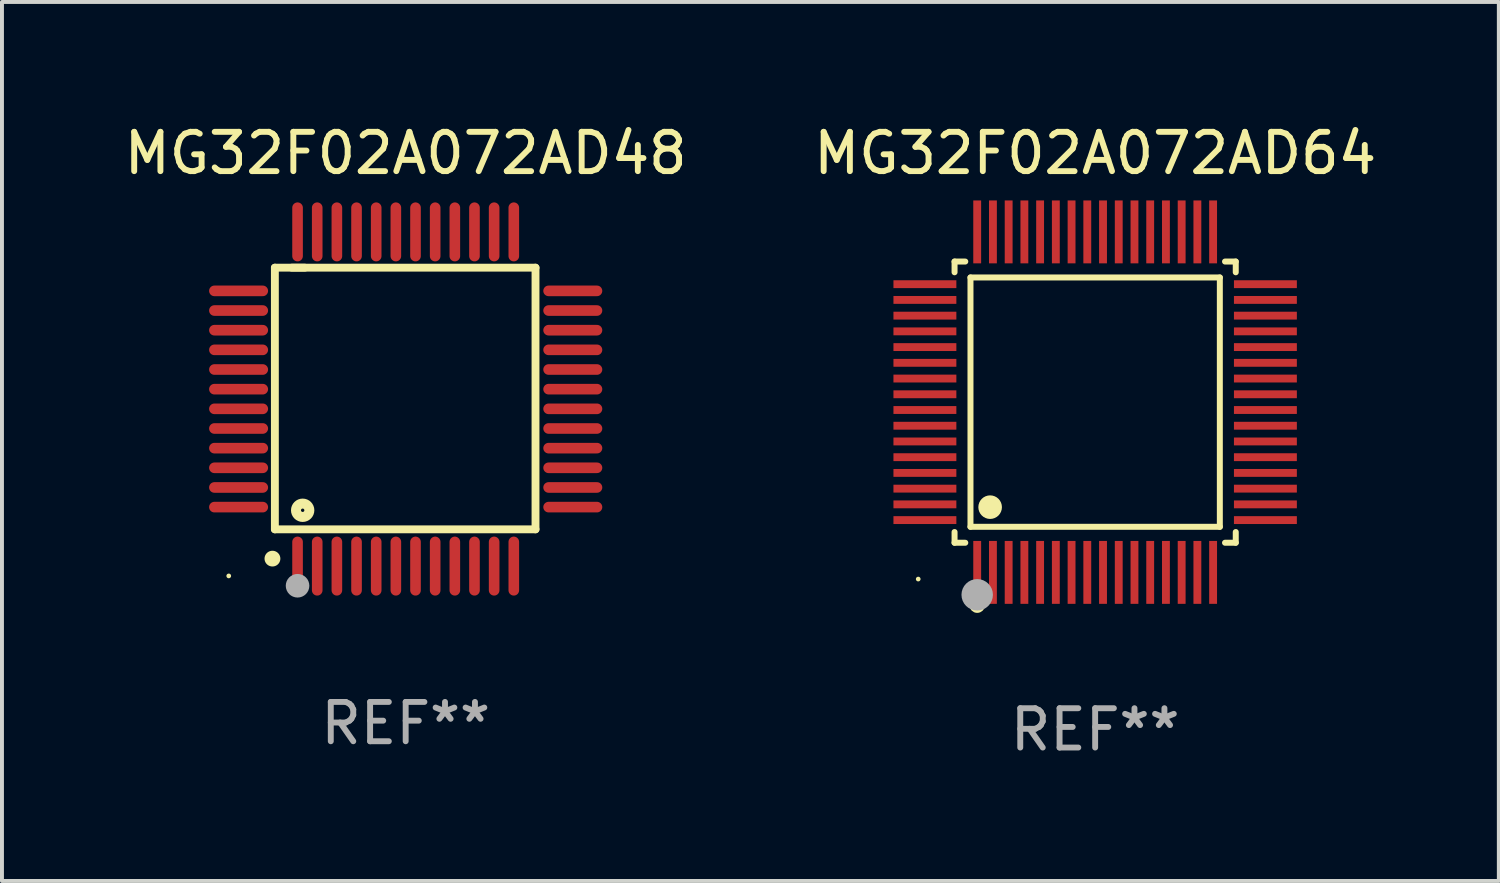
<source format=kicad_pcb>
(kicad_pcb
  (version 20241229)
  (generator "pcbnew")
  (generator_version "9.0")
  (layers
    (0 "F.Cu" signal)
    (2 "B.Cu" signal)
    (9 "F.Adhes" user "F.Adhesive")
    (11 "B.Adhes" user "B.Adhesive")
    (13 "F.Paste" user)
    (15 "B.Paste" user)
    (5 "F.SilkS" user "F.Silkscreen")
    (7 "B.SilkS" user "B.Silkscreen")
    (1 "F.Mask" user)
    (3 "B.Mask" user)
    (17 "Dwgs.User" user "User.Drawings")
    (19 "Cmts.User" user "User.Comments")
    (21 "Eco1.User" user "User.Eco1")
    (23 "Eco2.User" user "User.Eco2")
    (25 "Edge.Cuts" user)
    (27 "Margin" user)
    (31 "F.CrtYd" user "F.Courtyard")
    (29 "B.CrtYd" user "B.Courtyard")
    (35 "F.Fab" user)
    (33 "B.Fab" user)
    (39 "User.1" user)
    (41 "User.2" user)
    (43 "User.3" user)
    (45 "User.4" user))
  (footprint "MG32F02A072AD48"
    (layer "F.Cu")
    (at 7.268 7.098)
    (property "Reference" "MG32F02A072AD48" (at 0 -6.25 0) (layer "F.SilkS") (effects (font (size 1 1) (thickness 0.15))))
    (attr through_hole)
    (fp_line (start -3.327 -3.34) (end -2.565 -3.34) (stroke (width 0.2) (type solid)) (layer "F.SilkS"))
    (fp_line (start -3.327 3.315) (end -3.327 -3.34) (stroke (width 0.2) (type solid)) (layer "F.SilkS"))
    (fp_line (start -2.896 -3.34) (end 3.302 -3.34) (stroke (width 0.2) (type solid)) (layer "F.SilkS"))
    (fp_line (start 3.302 -3.34) (end 3.302 3.315) (stroke (width 0.2) (type solid)) (layer "F.SilkS"))
    (fp_line (start 3.302 3.315) (end -3.327 3.315) (stroke (width 0.2) (type solid)) (layer "F.SilkS"))
    (fp_arc (start -3.389992 4.059995) (mid -3.388722 4.059991) (end -3.387452 4.059995) (stroke (width 0.4) (type solid)) (layer "F.SilkS"))
    (fp_circle (center -4.5 4.5) (end -4.47 4.5) (stroke (width 0.06) (type solid)) (fill no) (layer "F.SilkS"))
    (fp_circle (center -2.62 2.83) (end -2.45 2.83) (stroke (width 0.254) (type solid)) (fill no) (layer "F.SilkS"))
    (fp_circle (center -2.75 4.75) (end -2.6 4.75) (stroke (width 0.3) (type solid)) (fill no) (layer "F.Fab"))
    (fp_text user "REF**" (at 0 8.25 0) (layer "F.Fab") (effects (font (size 1 1) (thickness 0.15))))
    (pad "1" smd oval (at -2.75 4.25) (size 0.27 1.5) (layers "F.Cu" "F.Mask" "F.Paste"))
    (pad "2" smd oval (at -2.25 4.25) (size 0.27 1.5) (layers "F.Cu" "F.Mask" "F.Paste"))
    (pad "3" smd oval (at -1.75 4.25) (size 0.27 1.5) (layers "F.Cu" "F.Mask" "F.Paste"))
    (pad "4" smd oval (at -1.25 4.25) (size 0.27 1.5) (layers "F.Cu" "F.Mask" "F.Paste"))
    (pad "5" smd oval (at -0.75 4.25) (size 0.27 1.5) (layers "F.Cu" "F.Mask" "F.Paste"))
    (pad "6" smd oval (at -0.25 4.25) (size 0.27 1.5) (layers "F.Cu" "F.Mask" "F.Paste"))
    (pad "7" smd oval (at 0.25 4.25) (size 0.27 1.5) (layers "F.Cu" "F.Mask" "F.Paste"))
    (pad "8" smd oval (at 0.75 4.25) (size 0.27 1.5) (layers "F.Cu" "F.Mask" "F.Paste"))
    (pad "9" smd oval (at 1.25 4.25) (size 0.27 1.5) (layers "F.Cu" "F.Mask" "F.Paste"))
    (pad "10" smd oval (at 1.75 4.25) (size 0.27 1.5) (layers "F.Cu" "F.Mask" "F.Paste"))
    (pad "11" smd oval (at 2.25 4.25) (size 0.27 1.5) (layers "F.Cu" "F.Mask" "F.Paste"))
    (pad "12" smd oval (at 2.75 4.25) (size 0.27 1.5) (layers "F.Cu" "F.Mask" "F.Paste"))
    (pad "13" smd oval (at 4.25 2.75) (size 1.5 0.27) (layers "F.Cu" "F.Mask" "F.Paste"))
    (pad "14" smd oval (at 4.25 2.25) (size 1.5 0.27) (layers "F.Cu" "F.Mask" "F.Paste"))
    (pad "15" smd oval (at 4.25 1.75) (size 1.5 0.27) (layers "F.Cu" "F.Mask" "F.Paste"))
    (pad "16" smd oval (at 4.25 1.25) (size 1.5 0.27) (layers "F.Cu" "F.Mask" "F.Paste"))
    (pad "17" smd oval (at 4.25 0.75) (size 1.5 0.27) (layers "F.Cu" "F.Mask" "F.Paste"))
    (pad "18" smd oval (at 4.25 0.25) (size 1.5 0.27) (layers "F.Cu" "F.Mask" "F.Paste"))
    (pad "19" smd oval (at 4.25 -0.25) (size 1.5 0.27) (layers "F.Cu" "F.Mask" "F.Paste"))
    (pad "20" smd oval (at 4.25 -0.75) (size 1.5 0.27) (layers "F.Cu" "F.Mask" "F.Paste"))
    (pad "21" smd oval (at 4.25 -1.25) (size 1.5 0.27) (layers "F.Cu" "F.Mask" "F.Paste"))
    (pad "22" smd oval (at 4.25 -1.75) (size 1.5 0.27) (layers "F.Cu" "F.Mask" "F.Paste"))
    (pad "23" smd oval (at 4.25 -2.25) (size 1.5 0.27) (layers "F.Cu" "F.Mask" "F.Paste"))
    (pad "24" smd oval (at 4.25 -2.75) (size 1.5 0.27) (layers "F.Cu" "F.Mask" "F.Paste"))
    (pad "25" smd oval (at 2.75 -4.25) (size 0.27 1.5) (layers "F.Cu" "F.Mask" "F.Paste"))
    (pad "26" smd oval (at 2.25 -4.25) (size 0.27 1.5) (layers "F.Cu" "F.Mask" "F.Paste"))
    (pad "27" smd oval (at 1.75 -4.25) (size 0.27 1.5) (layers "F.Cu" "F.Mask" "F.Paste"))
    (pad "28" smd oval (at 1.25 -4.25) (size 0.27 1.5) (layers "F.Cu" "F.Mask" "F.Paste"))
    (pad "29" smd oval (at 0.75 -4.25) (size 0.27 1.5) (layers "F.Cu" "F.Mask" "F.Paste"))
    (pad "30" smd oval (at 0.25 -4.25) (size 0.27 1.5) (layers "F.Cu" "F.Mask" "F.Paste"))
    (pad "31" smd oval (at -0.25 -4.25) (size 0.27 1.5) (layers "F.Cu" "F.Mask" "F.Paste"))
    (pad "32" smd oval (at -0.75 -4.25) (size 0.27 1.5) (layers "F.Cu" "F.Mask" "F.Paste"))
    (pad "33" smd oval (at -1.25 -4.25) (size 0.27 1.5) (layers "F.Cu" "F.Mask" "F.Paste"))
    (pad "34" smd oval (at -1.75 -4.25) (size 0.27 1.5) (layers "F.Cu" "F.Mask" "F.Paste"))
    (pad "35" smd oval (at -2.25 -4.25) (size 0.27 1.5) (layers "F.Cu" "F.Mask" "F.Paste"))
    (pad "36" smd oval (at -2.75 -4.25) (size 0.27 1.5) (layers "F.Cu" "F.Mask" "F.Paste"))
    (pad "37" smd oval (at -4.25 -2.75) (size 1.5 0.27) (layers "F.Cu" "F.Mask" "F.Paste"))
    (pad "38" smd oval (at -4.25 -2.25) (size 1.5 0.27) (layers "F.Cu" "F.Mask" "F.Paste"))
    (pad "39" smd oval (at -4.25 -1.75) (size 1.5 0.27) (layers "F.Cu" "F.Mask" "F.Paste"))
    (pad "40" smd oval (at -4.25 -1.25) (size 1.5 0.27) (layers "F.Cu" "F.Mask" "F.Paste"))
    (pad "41" smd oval (at -4.25 -0.75) (size 1.5 0.27) (layers "F.Cu" "F.Mask" "F.Paste"))
    (pad "42" smd oval (at -4.25 -0.25) (size 1.5 0.27) (layers "F.Cu" "F.Mask" "F.Paste"))
    (pad "43" smd oval (at -4.25 0.25) (size 1.5 0.27) (layers "F.Cu" "F.Mask" "F.Paste"))
    (pad "44" smd oval (at -4.25 0.75) (size 1.5 0.27) (layers "F.Cu" "F.Mask" "F.Paste"))
    (pad "45" smd oval (at -4.25 1.25) (size 1.5 0.27) (layers "F.Cu" "F.Mask" "F.Paste"))
    (pad "46" smd oval (at -4.25 1.75) (size 1.5 0.27) (layers "F.Cu" "F.Mask" "F.Paste"))
    (pad "47" smd oval (at -4.25 2.25) (size 1.5 0.27) (layers "F.Cu" "F.Mask" "F.Paste"))
    (pad "48" smd oval (at -4.25 2.75) (size 1.5 0.27) (layers "F.Cu" "F.Mask" "F.Paste")))
  (footprint "MG32F02A072AD64"
    (layer "F.Cu")
    (at 24.804 7.178)
    (property "Reference" "MG32F02A072AD64" (at 0 -6.33 0) (layer "F.SilkS") (effects (font (size 1 1) (thickness 0.15))))
    (attr through_hole)
    (fp_line (start -3.576 -3.576) (end -3.303 -3.576) (stroke (width 0.152) (type solid)) (layer "F.SilkS"))
    (fp_line (start -3.576 -3.303) (end -3.576 -3.576) (stroke (width 0.152) (type solid)) (layer "F.SilkS"))
    (fp_line (start -3.576 3.303) (end -3.576 3.576) (stroke (width 0.152) (type solid)) (layer "F.SilkS"))
    (fp_line (start -3.576 3.576) (end -3.303 3.576) (stroke (width 0.152) (type solid)) (layer "F.SilkS"))
    (fp_line (start -3.171 -3.171) (end 3.171 -3.171) (stroke (width 0.152) (type solid)) (layer "F.SilkS"))
    (fp_line (start -3.171 3.171) (end -3.171 -3.171) (stroke (width 0.152) (type solid)) (layer "F.SilkS"))
    (fp_line (start 3.171 -3.171) (end 3.171 3.171) (stroke (width 0.152) (type solid)) (layer "F.SilkS"))
    (fp_line (start 3.171 3.171) (end -3.171 3.171) (stroke (width 0.152) (type solid)) (layer "F.SilkS"))
    (fp_line (start 3.576 -3.576) (end 3.303 -3.576) (stroke (width 0.152) (type solid)) (layer "F.SilkS"))
    (fp_line (start 3.576 -3.303) (end 3.576 -3.576) (stroke (width 0.152) (type solid)) (layer "F.SilkS"))
    (fp_line (start 3.576 3.303) (end 3.576 3.576) (stroke (width 0.152) (type solid)) (layer "F.SilkS"))
    (fp_line (start 3.576 3.576) (end 3.303 3.576) (stroke (width 0.152) (type solid)) (layer "F.SilkS"))
    (fp_circle (center -4.5 4.5) (end -4.47 4.5) (stroke (width 0.06) (type solid)) (fill no) (layer "F.SilkS"))
    (fp_circle (center -3 5.16) (end -2.9 5.16) (stroke (width 0.2) (type solid)) (fill no) (layer "F.SilkS"))
    (fp_circle (center -2.671 2.671) (end -2.521 2.671) (stroke (width 0.3) (type solid)) (fill no) (layer "F.SilkS"))
    (fp_circle (center -3 4.9) (end -2.8 4.9) (stroke (width 0.4) (type solid)) (fill no) (layer "F.Fab"))
    (fp_text user "REF**" (at 0 8.33 0) (layer "F.Fab") (effects (font (size 1 1) (thickness 0.15))))
    (pad "1" smd rect (at -3 4.33) (size 0.2 1.6) (layers "F.Cu" "F.Mask" "F.Paste"))
    (pad "2" smd rect (at -2.6 4.33) (size 0.2 1.6) (layers "F.Cu" "F.Mask" "F.Paste"))
    (pad "3" smd rect (at -2.2 4.33) (size 0.2 1.6) (layers "F.Cu" "F.Mask" "F.Paste"))
    (pad "4" smd rect (at -1.8 4.33) (size 0.2 1.6) (layers "F.Cu" "F.Mask" "F.Paste"))
    (pad "5" smd rect (at -1.4 4.33) (size 0.2 1.6) (layers "F.Cu" "F.Mask" "F.Paste"))
    (pad "6" smd rect (at -1 4.33) (size 0.2 1.6) (layers "F.Cu" "F.Mask" "F.Paste"))
    (pad "7" smd rect (at -0.6 4.33) (size 0.2 1.6) (layers "F.Cu" "F.Mask" "F.Paste"))
    (pad "8" smd rect (at -0.2 4.33) (size 0.2 1.6) (layers "F.Cu" "F.Mask" "F.Paste"))
    (pad "9" smd rect (at 0.2 4.33) (size 0.2 1.6) (layers "F.Cu" "F.Mask" "F.Paste"))
    (pad "10" smd rect (at 0.6 4.33) (size 0.2 1.6) (layers "F.Cu" "F.Mask" "F.Paste"))
    (pad "11" smd rect (at 1 4.33) (size 0.2 1.6) (layers "F.Cu" "F.Mask" "F.Paste"))
    (pad "12" smd rect (at 1.4 4.33) (size 0.2 1.6) (layers "F.Cu" "F.Mask" "F.Paste"))
    (pad "13" smd rect (at 1.8 4.33) (size 0.2 1.6) (layers "F.Cu" "F.Mask" "F.Paste"))
    (pad "14" smd rect (at 2.2 4.33) (size 0.2 1.6) (layers "F.Cu" "F.Mask" "F.Paste"))
    (pad "15" smd rect (at 2.6 4.33) (size 0.2 1.6) (layers "F.Cu" "F.Mask" "F.Paste"))
    (pad "16" smd rect (at 3 4.33) (size 0.2 1.6) (layers "F.Cu" "F.Mask" "F.Paste"))
    (pad "17" smd rect (at 4.33 3) (size 1.6 0.2) (layers "F.Cu" "F.Mask" "F.Paste"))
    (pad "18" smd rect (at 4.33 2.6) (size 1.6 0.2) (layers "F.Cu" "F.Mask" "F.Paste"))
    (pad "19" smd rect (at 4.33 2.2) (size 1.6 0.2) (layers "F.Cu" "F.Mask" "F.Paste"))
    (pad "20" smd rect (at 4.33 1.8) (size 1.6 0.2) (layers "F.Cu" "F.Mask" "F.Paste"))
    (pad "21" smd rect (at 4.33 1.4) (size 1.6 0.2) (layers "F.Cu" "F.Mask" "F.Paste"))
    (pad "22" smd rect (at 4.33 1) (size 1.6 0.2) (layers "F.Cu" "F.Mask" "F.Paste"))
    (pad "23" smd rect (at 4.33 0.6) (size 1.6 0.2) (layers "F.Cu" "F.Mask" "F.Paste"))
    (pad "24" smd rect (at 4.33 0.2) (size 1.6 0.2) (layers "F.Cu" "F.Mask" "F.Paste"))
    (pad "25" smd rect (at 4.33 -0.2) (size 1.6 0.2) (layers "F.Cu" "F.Mask" "F.Paste"))
    (pad "26" smd rect (at 4.33 -0.6) (size 1.6 0.2) (layers "F.Cu" "F.Mask" "F.Paste"))
    (pad "27" smd rect (at 4.33 -1) (size 1.6 0.2) (layers "F.Cu" "F.Mask" "F.Paste"))
    (pad "28" smd rect (at 4.33 -1.4) (size 1.6 0.2) (layers "F.Cu" "F.Mask" "F.Paste"))
    (pad "29" smd rect (at 4.33 -1.8) (size 1.6 0.2) (layers "F.Cu" "F.Mask" "F.Paste"))
    (pad "30" smd rect (at 4.33 -2.2) (size 1.6 0.2) (layers "F.Cu" "F.Mask" "F.Paste"))
    (pad "31" smd rect (at 4.33 -2.6) (size 1.6 0.2) (layers "F.Cu" "F.Mask" "F.Paste"))
    (pad "32" smd rect (at 4.33 -3) (size 1.6 0.2) (layers "F.Cu" "F.Mask" "F.Paste"))
    (pad "33" smd rect (at 3 -4.33) (size 0.2 1.6) (layers "F.Cu" "F.Mask" "F.Paste"))
    (pad "34" smd rect (at 2.6 -4.33) (size 0.2 1.6) (layers "F.Cu" "F.Mask" "F.Paste"))
    (pad "35" smd rect (at 2.2 -4.33) (size 0.2 1.6) (layers "F.Cu" "F.Mask" "F.Paste"))
    (pad "36" smd rect (at 1.8 -4.33) (size 0.2 1.6) (layers "F.Cu" "F.Mask" "F.Paste"))
    (pad "37" smd rect (at 1.4 -4.33) (size 0.2 1.6) (layers "F.Cu" "F.Mask" "F.Paste"))
    (pad "38" smd rect (at 1 -4.33) (size 0.2 1.6) (layers "F.Cu" "F.Mask" "F.Paste"))
    (pad "39" smd rect (at 0.6 -4.33) (size 0.2 1.6) (layers "F.Cu" "F.Mask" "F.Paste"))
    (pad "40" smd rect (at 0.2 -4.33) (size 0.2 1.6) (layers "F.Cu" "F.Mask" "F.Paste"))
    (pad "41" smd rect (at -0.2 -4.33) (size 0.2 1.6) (layers "F.Cu" "F.Mask" "F.Paste"))
    (pad "42" smd rect (at -0.6 -4.33) (size 0.2 1.6) (layers "F.Cu" "F.Mask" "F.Paste"))
    (pad "43" smd rect (at -1 -4.33) (size 0.2 1.6) (layers "F.Cu" "F.Mask" "F.Paste"))
    (pad "44" smd rect (at -1.4 -4.33) (size 0.2 1.6) (layers "F.Cu" "F.Mask" "F.Paste"))
    (pad "45" smd rect (at -1.8 -4.33) (size 0.2 1.6) (layers "F.Cu" "F.Mask" "F.Paste"))
    (pad "46" smd rect (at -2.2 -4.33) (size 0.2 1.6) (layers "F.Cu" "F.Mask" "F.Paste"))
    (pad "47" smd rect (at -2.6 -4.33) (size 0.2 1.6) (layers "F.Cu" "F.Mask" "F.Paste"))
    (pad "48" smd rect (at -3 -4.33) (size 0.2 1.6) (layers "F.Cu" "F.Mask" "F.Paste"))
    (pad "49" smd rect (at -4.33 -3) (size 1.6 0.2) (layers "F.Cu" "F.Mask" "F.Paste"))
    (pad "50" smd rect (at -4.33 -2.6) (size 1.6 0.2) (layers "F.Cu" "F.Mask" "F.Paste"))
    (pad "51" smd rect (at -4.33 -2.2) (size 1.6 0.2) (layers "F.Cu" "F.Mask" "F.Paste"))
    (pad "52" smd rect (at -4.33 -1.8) (size 1.6 0.2) (layers "F.Cu" "F.Mask" "F.Paste"))
    (pad "53" smd rect (at -4.33 -1.4) (size 1.6 0.2) (layers "F.Cu" "F.Mask" "F.Paste"))
    (pad "54" smd rect (at -4.33 -1) (size 1.6 0.2) (layers "F.Cu" "F.Mask" "F.Paste"))
    (pad "55" smd rect (at -4.33 -0.6) (size 1.6 0.2) (layers "F.Cu" "F.Mask" "F.Paste"))
    (pad "56" smd rect (at -4.33 -0.2) (size 1.6 0.2) (layers "F.Cu" "F.Mask" "F.Paste"))
    (pad "57" smd rect (at -4.33 0.2) (size 1.6 0.2) (layers "F.Cu" "F.Mask" "F.Paste"))
    (pad "58" smd rect (at -4.33 0.6) (size 1.6 0.2) (layers "F.Cu" "F.Mask" "F.Paste"))
    (pad "59" smd rect (at -4.33 1) (size 1.6 0.2) (layers "F.Cu" "F.Mask" "F.Paste"))
    (pad "60" smd rect (at -4.33 1.4) (size 1.6 0.2) (layers "F.Cu" "F.Mask" "F.Paste"))
    (pad "61" smd rect (at -4.33 1.8) (size 1.6 0.2) (layers "F.Cu" "F.Mask" "F.Paste"))
    (pad "62" smd rect (at -4.33 2.2) (size 1.6 0.2) (layers "F.Cu" "F.Mask" "F.Paste"))
    (pad "63" smd rect (at -4.33 2.6) (size 1.6 0.2) (layers "F.Cu" "F.Mask" "F.Paste"))
    (pad "64" smd rect (at -4.33 3) (size 1.6 0.2) (layers "F.Cu" "F.Mask" "F.Paste")))
  (gr_rect
    (start -3 -3)
    (end 35.071 19.357)
    (stroke (width 0.1) (type default))
    (fill no)
    (layer "Edge.Cuts")))
</source>
